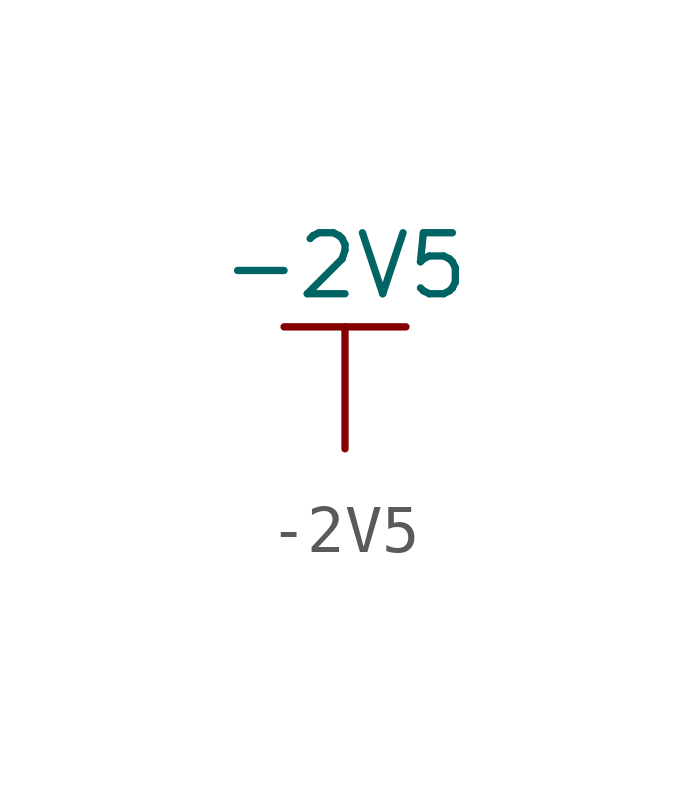
<source format=kicad_sym>
(kicad_symbol_lib
  (version 20220914)
  (generator kicad_symbol_editor)
  (symbol "-2V5"
    (power)
    (pin_names
      (offset 0))
    (property "Reference" "#PWR"
      (at 0 2.54 0)
      (effects (font (size 1.27 1.27)) hide))
    (property "Value" "-2V5"
      (at 0 3.81 0)
      (effects (font (size 1.27 1.27))))
    (symbol "-2V5_0_0"
      (pin power_in line (at 0 0 90) (length 0) hide (name "-2V5" (effects (font (size 1.27 1.27)))) (number "1" (effects (font (size 1.27 1.27))))))
    (symbol "-2V5_0_1"
      (polyline (pts (xy -1.27 2.54) (xy 1.27 2.54)) (stroke (width 0) (type solid)) (fill (type none)))
      (polyline (pts (xy 0 0) (xy 0 2.54)) (stroke (width 0) (type solid)) (fill (type none))))))
</source>
